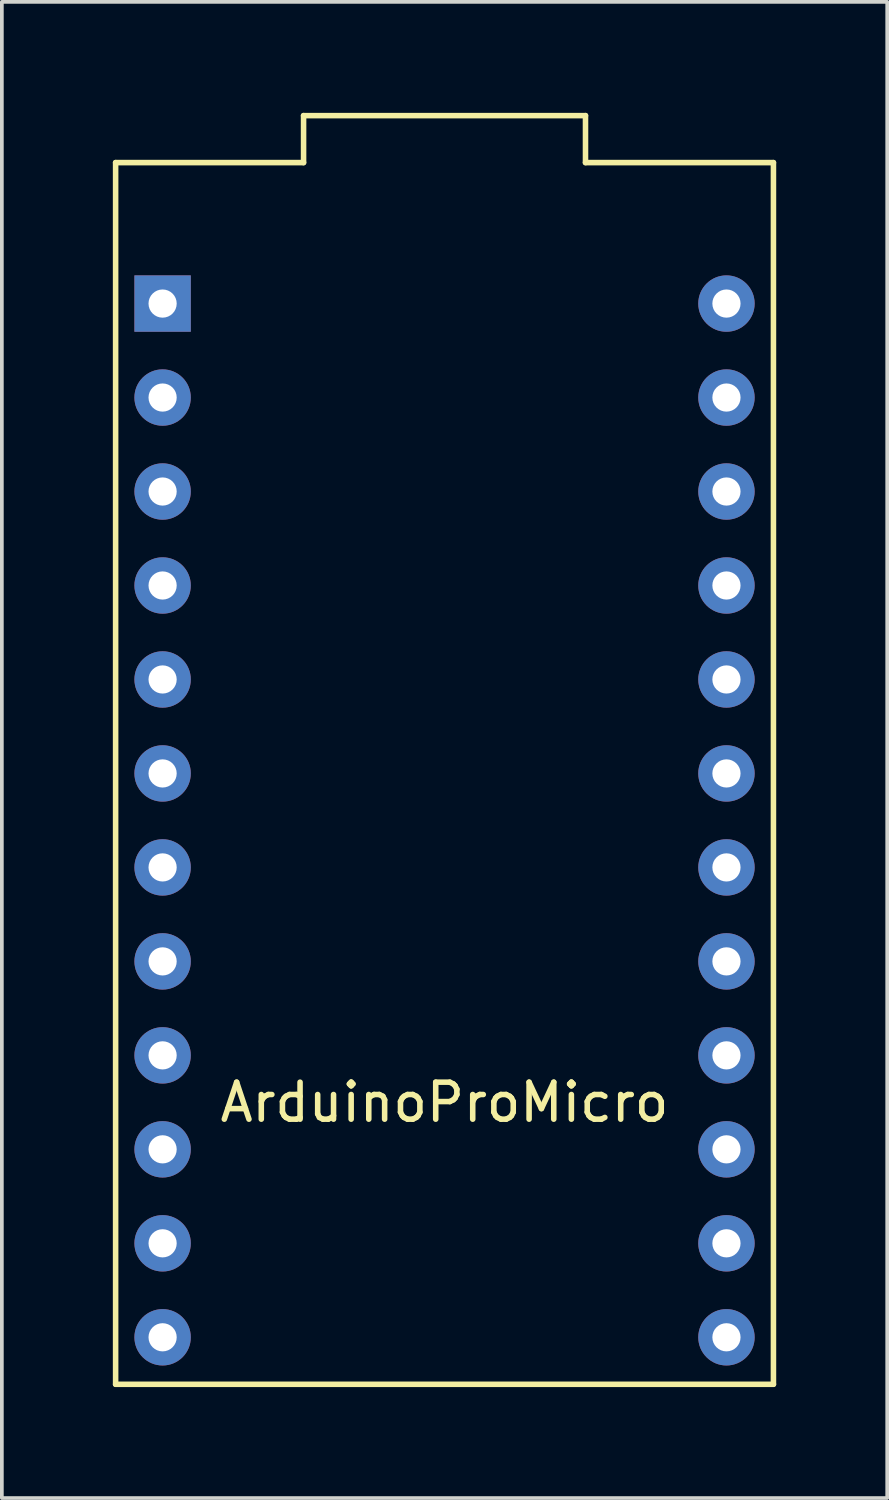
<source format=kicad_pcb>
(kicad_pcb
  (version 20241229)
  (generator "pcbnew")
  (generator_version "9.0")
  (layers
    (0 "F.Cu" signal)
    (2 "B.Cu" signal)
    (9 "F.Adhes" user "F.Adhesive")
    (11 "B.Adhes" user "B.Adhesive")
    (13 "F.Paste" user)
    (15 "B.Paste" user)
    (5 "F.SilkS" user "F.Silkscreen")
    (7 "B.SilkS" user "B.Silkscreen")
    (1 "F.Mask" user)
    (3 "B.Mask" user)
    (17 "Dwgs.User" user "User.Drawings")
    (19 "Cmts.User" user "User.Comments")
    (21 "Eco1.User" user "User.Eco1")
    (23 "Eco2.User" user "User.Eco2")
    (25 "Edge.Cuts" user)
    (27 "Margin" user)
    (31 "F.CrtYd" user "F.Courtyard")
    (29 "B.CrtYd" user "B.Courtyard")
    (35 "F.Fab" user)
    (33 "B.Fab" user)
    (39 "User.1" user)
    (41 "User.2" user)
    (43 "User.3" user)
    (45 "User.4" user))
  (footprint "ArduinoProMicro"
    (layer "F.Cu")
    (at 8.965 19.125)
    (property "Reference" "ArduinoProMicro" (at 0 7.62 0) (layer "F.SilkS") (effects (font (size 1 1) (thickness 0.15))))
    (attr through_hole)
    (fp_line (start -8.89 -17.78) (end -3.81 -17.78) (stroke (width 0.15) (type solid)) (layer "F.SilkS"))
    (fp_line (start -8.89 15.24) (end -8.89 -17.78) (stroke (width 0.15) (type solid)) (layer "F.SilkS"))
    (fp_line (start -3.81 -19.05) (end 3.81 -19.05) (stroke (width 0.15) (type solid)) (layer "F.SilkS"))
    (fp_line (start -3.81 -17.78) (end -3.81 -19.05) (stroke (width 0.15) (type solid)) (layer "F.SilkS"))
    (fp_line (start 3.81 -19.05) (end 3.81 -17.78) (stroke (width 0.15) (type solid)) (layer "F.SilkS"))
    (fp_line (start 3.81 -17.78) (end 8.89 -17.78) (stroke (width 0.15) (type solid)) (layer "F.SilkS"))
    (fp_line (start 8.89 -17.78) (end 8.89 15.24) (stroke (width 0.15) (type solid)) (layer "F.SilkS"))
    (fp_line (start 8.89 15.24) (end -8.89 15.24) (stroke (width 0.15) (type solid)) (layer "F.SilkS"))
    (pad "1" thru_hole rect (at -7.62 -13.97) (size 1.524 1.524) (drill 0.762) (layers "*.Cu" "*.Mask"))
    (pad "2" thru_hole circle (at -7.62 -11.43) (size 1.524 1.524) (drill 0.762) (layers "*.Cu" "*.Mask"))
    (pad "3" thru_hole circle (at -7.62 -8.89) (size 1.524 1.524) (drill 0.762) (layers "*.Cu" "*.Mask"))
    (pad "4" thru_hole circle (at -7.62 -6.35) (size 1.524 1.524) (drill 0.762) (layers "*.Cu" "*.Mask"))
    (pad "5" thru_hole circle (at -7.62 -3.81) (size 1.524 1.524) (drill 0.762) (layers "*.Cu" "*.Mask"))
    (pad "6" thru_hole circle (at -7.62 -1.27) (size 1.524 1.524) (drill 0.762) (layers "*.Cu" "*.Mask"))
    (pad "7" thru_hole circle (at -7.62 1.27) (size 1.524 1.524) (drill 0.762) (layers "*.Cu" "*.Mask"))
    (pad "8" thru_hole circle (at -7.62 3.81) (size 1.524 1.524) (drill 0.762) (layers "*.Cu" "*.Mask"))
    (pad "9" thru_hole circle (at -7.62 6.35) (size 1.524 1.524) (drill 0.762) (layers "*.Cu" "*.Mask"))
    (pad "10" thru_hole circle (at -7.62 8.89) (size 1.524 1.524) (drill 0.762) (layers "*.Cu" "*.Mask"))
    (pad "11" thru_hole circle (at -7.62 11.43) (size 1.524 1.524) (drill 0.762) (layers "*.Cu" "*.Mask"))
    (pad "12" thru_hole circle (at -7.62 13.97) (size 1.524 1.524) (drill 0.762) (layers "*.Cu" "*.Mask"))
    (pad "13" thru_hole circle (at 7.62 13.97) (size 1.524 1.524) (drill 0.762) (layers "*.Cu" "*.Mask"))
    (pad "14" thru_hole circle (at 7.62 11.43) (size 1.524 1.524) (drill 0.762) (layers "*.Cu" "*.Mask"))
    (pad "15" thru_hole circle (at 7.62 8.89) (size 1.524 1.524) (drill 0.762) (layers "*.Cu" "*.Mask"))
    (pad "16" thru_hole circle (at 7.62 6.35) (size 1.524 1.524) (drill 0.762) (layers "*.Cu" "*.Mask"))
    (pad "17" thru_hole circle (at 7.62 3.81) (size 1.524 1.524) (drill 0.762) (layers "*.Cu" "*.Mask"))
    (pad "18" thru_hole circle (at 7.62 1.27) (size 1.524 1.524) (drill 0.762) (layers "*.Cu" "*.Mask"))
    (pad "19" thru_hole circle (at 7.62 -1.27) (size 1.524 1.524) (drill 0.762) (layers "*.Cu" "*.Mask"))
    (pad "20" thru_hole circle (at 7.62 -3.81) (size 1.524 1.524) (drill 0.762) (layers "*.Cu" "*.Mask"))
    (pad "21" thru_hole circle (at 7.62 -6.35) (size 1.524 1.524) (drill 0.762) (layers "*.Cu" "*.Mask"))
    (pad "22" thru_hole circle (at 7.62 -8.89) (size 1.524 1.524) (drill 0.762) (layers "*.Cu" "*.Mask"))
    (pad "23" thru_hole circle (at 7.62 -11.43) (size 1.524 1.524) (drill 0.762) (layers "*.Cu" "*.Mask"))
    (pad "24" thru_hole circle (at 7.62 -13.97) (size 1.524 1.524) (drill 0.762) (layers "*.Cu" "*.Mask")))
  (gr_rect
    (start -3 -3)
    (end 20.93 37.44)
    (stroke (width 0.1) (type default))
    (fill no)
    (layer "Edge.Cuts")))
</source>
